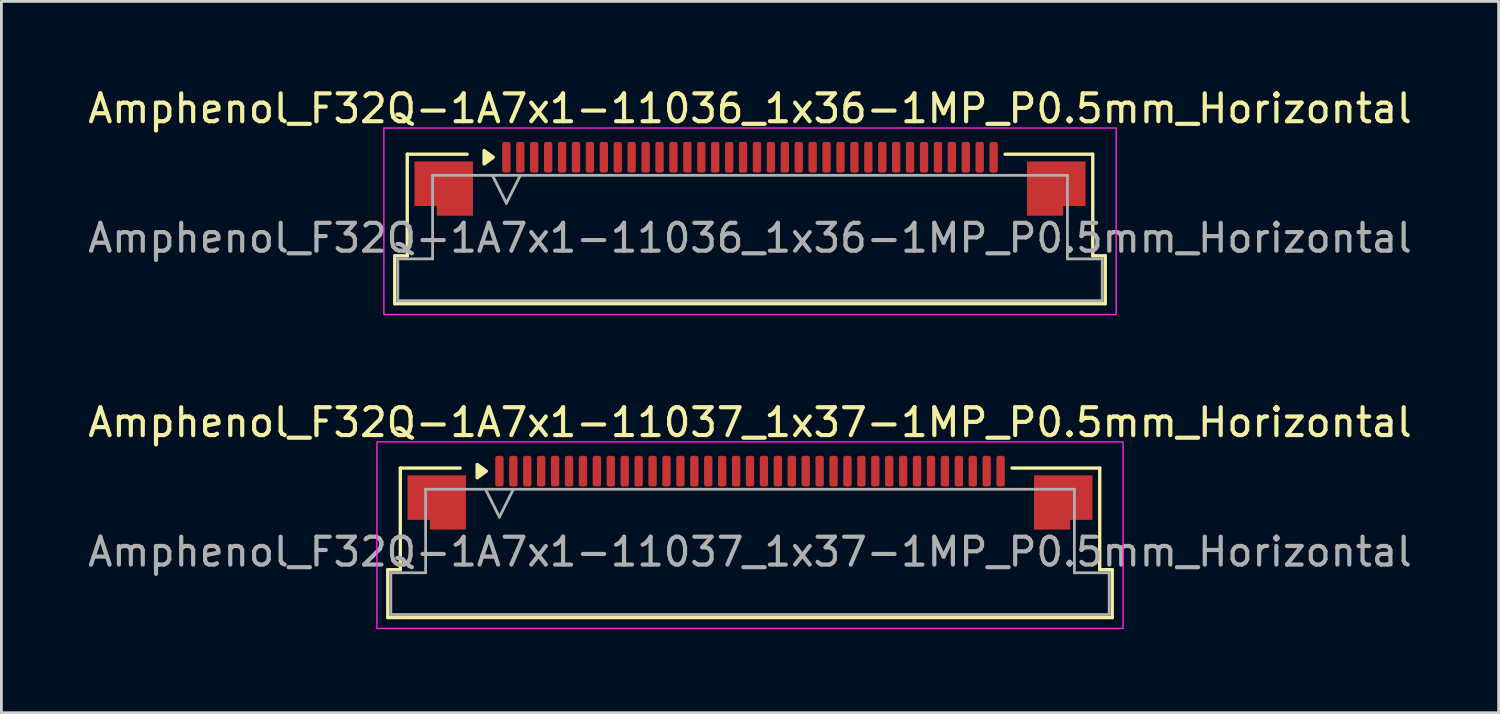
<source format=kicad_pcb>
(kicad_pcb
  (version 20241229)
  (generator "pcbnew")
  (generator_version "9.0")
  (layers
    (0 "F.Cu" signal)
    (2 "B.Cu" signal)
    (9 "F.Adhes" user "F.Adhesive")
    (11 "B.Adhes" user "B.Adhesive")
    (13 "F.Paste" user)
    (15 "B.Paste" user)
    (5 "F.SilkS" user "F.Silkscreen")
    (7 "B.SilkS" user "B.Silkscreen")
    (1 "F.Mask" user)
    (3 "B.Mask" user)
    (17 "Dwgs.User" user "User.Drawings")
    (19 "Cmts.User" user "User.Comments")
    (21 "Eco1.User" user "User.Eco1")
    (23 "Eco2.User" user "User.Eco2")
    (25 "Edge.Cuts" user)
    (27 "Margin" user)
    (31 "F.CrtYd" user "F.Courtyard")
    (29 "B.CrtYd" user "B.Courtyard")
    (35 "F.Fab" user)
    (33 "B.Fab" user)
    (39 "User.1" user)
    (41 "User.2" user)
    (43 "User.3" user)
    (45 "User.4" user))
  (footprint "Amphenol_F32Q-1A7x1-11036_1x36-1MP_P0.5mm_Horizontal"
    (layer "F.Cu")
    (at 23.887 5.498)
    (property "Reference" "Amphenol_F32Q-1A7x1-11036_1x36-1MP_P0.5mm_Horizontal" (at 0 -4.65 0) (layer "F.SilkS") (effects (font (size 1 1) (thickness 0.15))))
    (attr smd)
    (fp_line (start -12.76 0.64) (end -12.31 0.64) (stroke (width 0.12) (type solid)) (layer "F.SilkS"))
    (fp_line (start -12.76 2.36) (end -12.76 0.64) (stroke (width 0.12) (type solid)) (layer "F.SilkS"))
    (fp_line (start -12.31 -3.01) (end -10.16 -3.01) (stroke (width 0.12) (type solid)) (layer "F.SilkS"))
    (fp_line (start -12.31 0.64) (end -12.31 -3.01) (stroke (width 0.12) (type solid)) (layer "F.SilkS"))
    (fp_line (start 9.16 -3.01) (end 12.31 -3.01) (stroke (width 0.12) (type solid)) (layer "F.SilkS"))
    (fp_line (start 12.31 -3.01) (end 12.31 0.64) (stroke (width 0.12) (type solid)) (layer "F.SilkS"))
    (fp_line (start 12.31 0.64) (end 12.76 0.64) (stroke (width 0.12) (type solid)) (layer "F.SilkS"))
    (fp_line (start 12.76 0.64) (end 12.76 2.36) (stroke (width 0.12) (type solid)) (layer "F.SilkS"))
    (fp_line (start 12.76 2.36) (end -12.76 2.36) (stroke (width 0.12) (type solid)) (layer "F.SilkS"))
    (fp_poly (pts (xy -9.22 -2.9) (xy -9.55 -2.66) (xy -9.55 -3.14)) (stroke (width 0.12) (type solid)) (fill yes) (layer "F.SilkS"))
    (fp_rect (start -13.15 -3.95) (end 13.15 2.75) (stroke (width 0.05) (type solid)) (fill no) (layer "F.CrtYd"))
    (fp_line (start -12.65 0.75) (end -11.4 0.75) (stroke (width 0.1) (type solid)) (layer "F.Fab"))
    (fp_line (start -12.65 2.25) (end -12.65 0.75) (stroke (width 0.1) (type solid)) (layer "F.Fab"))
    (fp_line (start -11.4 -2.25) (end 11.4 -2.25) (stroke (width 0.1) (type solid)) (layer "F.Fab"))
    (fp_line (start -11.4 0.75) (end -11.4 -2.25) (stroke (width 0.1) (type solid)) (layer "F.Fab"))
    (fp_line (start -9.25 -2.25) (end -8.75 -1.25) (stroke (width 0.1) (type solid)) (layer "F.Fab"))
    (fp_line (start -8.75 -1.25) (end -8.25 -2.25) (stroke (width 0.1) (type solid)) (layer "F.Fab"))
    (fp_line (start 11.4 -2.25) (end 11.4 0.75) (stroke (width 0.1) (type solid)) (layer "F.Fab"))
    (fp_line (start 11.4 0.75) (end 12.65 0.75) (stroke (width 0.1) (type solid)) (layer "F.Fab"))
    (fp_line (start 12.65 0.75) (end 12.65 2.25) (stroke (width 0.1) (type solid)) (layer "F.Fab"))
    (fp_line (start 12.65 2.25) (end -12.65 2.25) (stroke (width 0.1) (type solid)) (layer "F.Fab"))
    (fp_text user "${REFERENCE}" (at 0 0 0) (layer "F.Fab") (effects (font (size 1 1) (thickness 0.15))))
    (pad "1" smd roundrect (at -8.75 -2.9) (size 0.3 1.1) (layers "F.Cu" "F.Mask" "F.Paste") (roundrect_rratio 0.25))
    (pad "2" smd roundrect (at -8.25 -2.9) (size 0.3 1.1) (layers "F.Cu" "F.Mask" "F.Paste") (roundrect_rratio 0.25))
    (pad "3" smd roundrect (at -7.75 -2.9) (size 0.3 1.1) (layers "F.Cu" "F.Mask" "F.Paste") (roundrect_rratio 0.25))
    (pad "4" smd roundrect (at -7.25 -2.9) (size 0.3 1.1) (layers "F.Cu" "F.Mask" "F.Paste") (roundrect_rratio 0.25))
    (pad "5" smd roundrect (at -6.75 -2.9) (size 0.3 1.1) (layers "F.Cu" "F.Mask" "F.Paste") (roundrect_rratio 0.25))
    (pad "6" smd roundrect (at -6.25 -2.9) (size 0.3 1.1) (layers "F.Cu" "F.Mask" "F.Paste") (roundrect_rratio 0.25))
    (pad "7" smd roundrect (at -5.75 -2.9) (size 0.3 1.1) (layers "F.Cu" "F.Mask" "F.Paste") (roundrect_rratio 0.25))
    (pad "8" smd roundrect (at -5.25 -2.9) (size 0.3 1.1) (layers "F.Cu" "F.Mask" "F.Paste") (roundrect_rratio 0.25))
    (pad "9" smd roundrect (at -4.75 -2.9) (size 0.3 1.1) (layers "F.Cu" "F.Mask" "F.Paste") (roundrect_rratio 0.25))
    (pad "10" smd roundrect (at -4.25 -2.9) (size 0.3 1.1) (layers "F.Cu" "F.Mask" "F.Paste") (roundrect_rratio 0.25))
    (pad "11" smd roundrect (at -3.75 -2.9) (size 0.3 1.1) (layers "F.Cu" "F.Mask" "F.Paste") (roundrect_rratio 0.25))
    (pad "12" smd roundrect (at -3.25 -2.9) (size 0.3 1.1) (layers "F.Cu" "F.Mask" "F.Paste") (roundrect_rratio 0.25))
    (pad "13" smd roundrect (at -2.75 -2.9) (size 0.3 1.1) (layers "F.Cu" "F.Mask" "F.Paste") (roundrect_rratio 0.25))
    (pad "14" smd roundrect (at -2.25 -2.9) (size 0.3 1.1) (layers "F.Cu" "F.Mask" "F.Paste") (roundrect_rratio 0.25))
    (pad "15" smd roundrect (at -1.75 -2.9) (size 0.3 1.1) (layers "F.Cu" "F.Mask" "F.Paste") (roundrect_rratio 0.25))
    (pad "16" smd roundrect (at -1.25 -2.9) (size 0.3 1.1) (layers "F.Cu" "F.Mask" "F.Paste") (roundrect_rratio 0.25))
    (pad "17" smd roundrect (at -0.75 -2.9) (size 0.3 1.1) (layers "F.Cu" "F.Mask" "F.Paste") (roundrect_rratio 0.25))
    (pad "18" smd roundrect (at -0.25 -2.9) (size 0.3 1.1) (layers "F.Cu" "F.Mask" "F.Paste") (roundrect_rratio 0.25))
    (pad "19" smd roundrect (at 0.25 -2.9) (size 0.3 1.1) (layers "F.Cu" "F.Mask" "F.Paste") (roundrect_rratio 0.25))
    (pad "20" smd roundrect (at 0.75 -2.9) (size 0.3 1.1) (layers "F.Cu" "F.Mask" "F.Paste") (roundrect_rratio 0.25))
    (pad "21" smd roundrect (at 1.25 -2.9) (size 0.3 1.1) (layers "F.Cu" "F.Mask" "F.Paste") (roundrect_rratio 0.25))
    (pad "22" smd roundrect (at 1.75 -2.9) (size 0.3 1.1) (layers "F.Cu" "F.Mask" "F.Paste") (roundrect_rratio 0.25))
    (pad "23" smd roundrect (at 2.25 -2.9) (size 0.3 1.1) (layers "F.Cu" "F.Mask" "F.Paste") (roundrect_rratio 0.25))
    (pad "24" smd roundrect (at 2.75 -2.9) (size 0.3 1.1) (layers "F.Cu" "F.Mask" "F.Paste") (roundrect_rratio 0.25))
    (pad "25" smd roundrect (at 3.25 -2.9) (size 0.3 1.1) (layers "F.Cu" "F.Mask" "F.Paste") (roundrect_rratio 0.25))
    (pad "26" smd roundrect (at 3.75 -2.9) (size 0.3 1.1) (layers "F.Cu" "F.Mask" "F.Paste") (roundrect_rratio 0.25))
    (pad "27" smd roundrect (at 4.25 -2.9) (size 0.3 1.1) (layers "F.Cu" "F.Mask" "F.Paste") (roundrect_rratio 0.25))
    (pad "28" smd roundrect (at 4.75 -2.9) (size 0.3 1.1) (layers "F.Cu" "F.Mask" "F.Paste") (roundrect_rratio 0.25))
    (pad "29" smd roundrect (at 5.25 -2.9) (size 0.3 1.1) (layers "F.Cu" "F.Mask" "F.Paste") (roundrect_rratio 0.25))
    (pad "30" smd roundrect (at 5.75 -2.9) (size 0.3 1.1) (layers "F.Cu" "F.Mask" "F.Paste") (roundrect_rratio 0.25))
    (pad "31" smd roundrect (at 6.25 -2.9) (size 0.3 1.1) (layers "F.Cu" "F.Mask" "F.Paste") (roundrect_rratio 0.25))
    (pad "32" smd roundrect (at 6.75 -2.9) (size 0.3 1.1) (layers "F.Cu" "F.Mask" "F.Paste") (roundrect_rratio 0.25))
    (pad "33" smd roundrect (at 7.25 -2.9) (size 0.3 1.1) (layers "F.Cu" "F.Mask" "F.Paste") (roundrect_rratio 0.25))
    (pad "34" smd roundrect (at 7.75 -2.9) (size 0.3 1.1) (layers "F.Cu" "F.Mask" "F.Paste") (roundrect_rratio 0.25))
    (pad "35" smd roundrect (at 8.25 -2.9) (size 0.3 1.1) (layers "F.Cu" "F.Mask" "F.Paste") (roundrect_rratio 0.25))
    (pad "36" smd roundrect (at 8.75 -2.9) (size 0.3 1.1) (layers "F.Cu" "F.Mask" "F.Paste") (roundrect_rratio 0.25))
    (pad "MP" smd custom (at -11 -1.775) (size 1 1) (layers "F.Cu" "F.Mask" "F.Paste") (options (anchor circle)) (primitives (gr_poly (pts (xy 1.05 -0.975) (xy 1.05 0.975) (xy -0.25 0.975) (xy -0.25 0.625) (xy -1.05 0.625) (xy -1.05 -0.975)) (width 0) (fill yes))))
    (pad "MP" smd custom (at 11 -1.775) (size 1 1) (layers "F.Cu" "F.Mask" "F.Paste") (options (anchor circle)) (primitives (gr_poly (pts (xy -1.05 -0.975) (xy -1.05 0.975) (xy 0.25 0.975) (xy 0.25 0.625) (xy 1.05 0.625) (xy 1.05 -0.975)) (width 0) (fill yes)))))
  (footprint "Amphenol_F32Q-1A7x1-11037_1x37-1MP_P0.5mm_Horizontal"
    (layer "F.Cu")
    (at 23.887 16.771)
    (property "Reference" "Amphenol_F32Q-1A7x1-11037_1x37-1MP_P0.5mm_Horizontal" (at 0 -4.65 0) (layer "F.SilkS") (effects (font (size 1 1) (thickness 0.15))))
    (attr smd)
    (fp_line (start -13.01 0.64) (end -12.56 0.64) (stroke (width 0.12) (type solid)) (layer "F.SilkS"))
    (fp_line (start -13.01 2.36) (end -13.01 0.64) (stroke (width 0.12) (type solid)) (layer "F.SilkS"))
    (fp_line (start -12.56 -3.01) (end -10.41 -3.01) (stroke (width 0.12) (type solid)) (layer "F.SilkS"))
    (fp_line (start -12.56 0.64) (end -12.56 -3.01) (stroke (width 0.12) (type solid)) (layer "F.SilkS"))
    (fp_line (start 9.41 -3.01) (end 12.56 -3.01) (stroke (width 0.12) (type solid)) (layer "F.SilkS"))
    (fp_line (start 12.56 -3.01) (end 12.56 0.64) (stroke (width 0.12) (type solid)) (layer "F.SilkS"))
    (fp_line (start 12.56 0.64) (end 13.01 0.64) (stroke (width 0.12) (type solid)) (layer "F.SilkS"))
    (fp_line (start 13.01 0.64) (end 13.01 2.36) (stroke (width 0.12) (type solid)) (layer "F.SilkS"))
    (fp_line (start 13.01 2.36) (end -13.01 2.36) (stroke (width 0.12) (type solid)) (layer "F.SilkS"))
    (fp_poly (pts (xy -9.47 -2.9) (xy -9.8 -2.66) (xy -9.8 -3.14)) (stroke (width 0.12) (type solid)) (fill yes) (layer "F.SilkS"))
    (fp_rect (start -13.4 -3.95) (end 13.4 2.75) (stroke (width 0.05) (type solid)) (fill no) (layer "F.CrtYd"))
    (fp_line (start -12.9 0.75) (end -11.65 0.75) (stroke (width 0.1) (type solid)) (layer "F.Fab"))
    (fp_line (start -12.9 2.25) (end -12.9 0.75) (stroke (width 0.1) (type solid)) (layer "F.Fab"))
    (fp_line (start -11.65 -2.25) (end 11.65 -2.25) (stroke (width 0.1) (type solid)) (layer "F.Fab"))
    (fp_line (start -11.65 0.75) (end -11.65 -2.25) (stroke (width 0.1) (type solid)) (layer "F.Fab"))
    (fp_line (start -9.5 -2.25) (end -9 -1.25) (stroke (width 0.1) (type solid)) (layer "F.Fab"))
    (fp_line (start -9 -1.25) (end -8.5 -2.25) (stroke (width 0.1) (type solid)) (layer "F.Fab"))
    (fp_line (start 11.65 -2.25) (end 11.65 0.75) (stroke (width 0.1) (type solid)) (layer "F.Fab"))
    (fp_line (start 11.65 0.75) (end 12.9 0.75) (stroke (width 0.1) (type solid)) (layer "F.Fab"))
    (fp_line (start 12.9 0.75) (end 12.9 2.25) (stroke (width 0.1) (type solid)) (layer "F.Fab"))
    (fp_line (start 12.9 2.25) (end -12.9 2.25) (stroke (width 0.1) (type solid)) (layer "F.Fab"))
    (fp_text user "${REFERENCE}" (at 0 0 0) (layer "F.Fab") (effects (font (size 1 1) (thickness 0.15))))
    (pad "1" smd roundrect (at -9 -2.9) (size 0.3 1.1) (layers "F.Cu" "F.Mask" "F.Paste") (roundrect_rratio 0.25))
    (pad "2" smd roundrect (at -8.5 -2.9) (size 0.3 1.1) (layers "F.Cu" "F.Mask" "F.Paste") (roundrect_rratio 0.25))
    (pad "3" smd roundrect (at -8 -2.9) (size 0.3 1.1) (layers "F.Cu" "F.Mask" "F.Paste") (roundrect_rratio 0.25))
    (pad "4" smd roundrect (at -7.5 -2.9) (size 0.3 1.1) (layers "F.Cu" "F.Mask" "F.Paste") (roundrect_rratio 0.25))
    (pad "5" smd roundrect (at -7 -2.9) (size 0.3 1.1) (layers "F.Cu" "F.Mask" "F.Paste") (roundrect_rratio 0.25))
    (pad "6" smd roundrect (at -6.5 -2.9) (size 0.3 1.1) (layers "F.Cu" "F.Mask" "F.Paste") (roundrect_rratio 0.25))
    (pad "7" smd roundrect (at -6 -2.9) (size 0.3 1.1) (layers "F.Cu" "F.Mask" "F.Paste") (roundrect_rratio 0.25))
    (pad "8" smd roundrect (at -5.5 -2.9) (size 0.3 1.1) (layers "F.Cu" "F.Mask" "F.Paste") (roundrect_rratio 0.25))
    (pad "9" smd roundrect (at -5 -2.9) (size 0.3 1.1) (layers "F.Cu" "F.Mask" "F.Paste") (roundrect_rratio 0.25))
    (pad "10" smd roundrect (at -4.5 -2.9) (size 0.3 1.1) (layers "F.Cu" "F.Mask" "F.Paste") (roundrect_rratio 0.25))
    (pad "11" smd roundrect (at -4 -2.9) (size 0.3 1.1) (layers "F.Cu" "F.Mask" "F.Paste") (roundrect_rratio 0.25))
    (pad "12" smd roundrect (at -3.5 -2.9) (size 0.3 1.1) (layers "F.Cu" "F.Mask" "F.Paste") (roundrect_rratio 0.25))
    (pad "13" smd roundrect (at -3 -2.9) (size 0.3 1.1) (layers "F.Cu" "F.Mask" "F.Paste") (roundrect_rratio 0.25))
    (pad "14" smd roundrect (at -2.5 -2.9) (size 0.3 1.1) (layers "F.Cu" "F.Mask" "F.Paste") (roundrect_rratio 0.25))
    (pad "15" smd roundrect (at -2 -2.9) (size 0.3 1.1) (layers "F.Cu" "F.Mask" "F.Paste") (roundrect_rratio 0.25))
    (pad "16" smd roundrect (at -1.5 -2.9) (size 0.3 1.1) (layers "F.Cu" "F.Mask" "F.Paste") (roundrect_rratio 0.25))
    (pad "17" smd roundrect (at -1 -2.9) (size 0.3 1.1) (layers "F.Cu" "F.Mask" "F.Paste") (roundrect_rratio 0.25))
    (pad "18" smd roundrect (at -0.5 -2.9) (size 0.3 1.1) (layers "F.Cu" "F.Mask" "F.Paste") (roundrect_rratio 0.25))
    (pad "19" smd roundrect (at 0 -2.9) (size 0.3 1.1) (layers "F.Cu" "F.Mask" "F.Paste") (roundrect_rratio 0.25))
    (pad "20" smd roundrect (at 0.5 -2.9) (size 0.3 1.1) (layers "F.Cu" "F.Mask" "F.Paste") (roundrect_rratio 0.25))
    (pad "21" smd roundrect (at 1 -2.9) (size 0.3 1.1) (layers "F.Cu" "F.Mask" "F.Paste") (roundrect_rratio 0.25))
    (pad "22" smd roundrect (at 1.5 -2.9) (size 0.3 1.1) (layers "F.Cu" "F.Mask" "F.Paste") (roundrect_rratio 0.25))
    (pad "23" smd roundrect (at 2 -2.9) (size 0.3 1.1) (layers "F.Cu" "F.Mask" "F.Paste") (roundrect_rratio 0.25))
    (pad "24" smd roundrect (at 2.5 -2.9) (size 0.3 1.1) (layers "F.Cu" "F.Mask" "F.Paste") (roundrect_rratio 0.25))
    (pad "25" smd roundrect (at 3 -2.9) (size 0.3 1.1) (layers "F.Cu" "F.Mask" "F.Paste") (roundrect_rratio 0.25))
    (pad "26" smd roundrect (at 3.5 -2.9) (size 0.3 1.1) (layers "F.Cu" "F.Mask" "F.Paste") (roundrect_rratio 0.25))
    (pad "27" smd roundrect (at 4 -2.9) (size 0.3 1.1) (layers "F.Cu" "F.Mask" "F.Paste") (roundrect_rratio 0.25))
    (pad "28" smd roundrect (at 4.5 -2.9) (size 0.3 1.1) (layers "F.Cu" "F.Mask" "F.Paste") (roundrect_rratio 0.25))
    (pad "29" smd roundrect (at 5 -2.9) (size 0.3 1.1) (layers "F.Cu" "F.Mask" "F.Paste") (roundrect_rratio 0.25))
    (pad "30" smd roundrect (at 5.5 -2.9) (size 0.3 1.1) (layers "F.Cu" "F.Mask" "F.Paste") (roundrect_rratio 0.25))
    (pad "31" smd roundrect (at 6 -2.9) (size 0.3 1.1) (layers "F.Cu" "F.Mask" "F.Paste") (roundrect_rratio 0.25))
    (pad "32" smd roundrect (at 6.5 -2.9) (size 0.3 1.1) (layers "F.Cu" "F.Mask" "F.Paste") (roundrect_rratio 0.25))
    (pad "33" smd roundrect (at 7 -2.9) (size 0.3 1.1) (layers "F.Cu" "F.Mask" "F.Paste") (roundrect_rratio 0.25))
    (pad "34" smd roundrect (at 7.5 -2.9) (size 0.3 1.1) (layers "F.Cu" "F.Mask" "F.Paste") (roundrect_rratio 0.25))
    (pad "35" smd roundrect (at 8 -2.9) (size 0.3 1.1) (layers "F.Cu" "F.Mask" "F.Paste") (roundrect_rratio 0.25))
    (pad "36" smd roundrect (at 8.5 -2.9) (size 0.3 1.1) (layers "F.Cu" "F.Mask" "F.Paste") (roundrect_rratio 0.25))
    (pad "37" smd roundrect (at 9 -2.9) (size 0.3 1.1) (layers "F.Cu" "F.Mask" "F.Paste") (roundrect_rratio 0.25))
    (pad "MP" smd custom (at -11.25 -1.775) (size 1 1) (layers "F.Cu" "F.Mask" "F.Paste") (options (anchor circle)) (primitives (gr_poly (pts (xy 1.05 -0.975) (xy 1.05 0.975) (xy -0.25 0.975) (xy -0.25 0.625) (xy -1.05 0.625) (xy -1.05 -0.975)) (width 0) (fill yes))))
    (pad "MP" smd custom (at 11.25 -1.775) (size 1 1) (layers "F.Cu" "F.Mask" "F.Paste") (options (anchor circle)) (primitives (gr_poly (pts (xy -1.05 -0.975) (xy -1.05 0.975) (xy 0.25 0.975) (xy 0.25 0.625) (xy 1.05 0.625) (xy 1.05 -0.975)) (width 0) (fill yes)))))
  (gr_rect
    (start -3 -3)
    (end 50.774 22.547)
    (stroke (width 0.1) (type default))
    (fill no)
    (layer "Edge.Cuts")))
</source>
